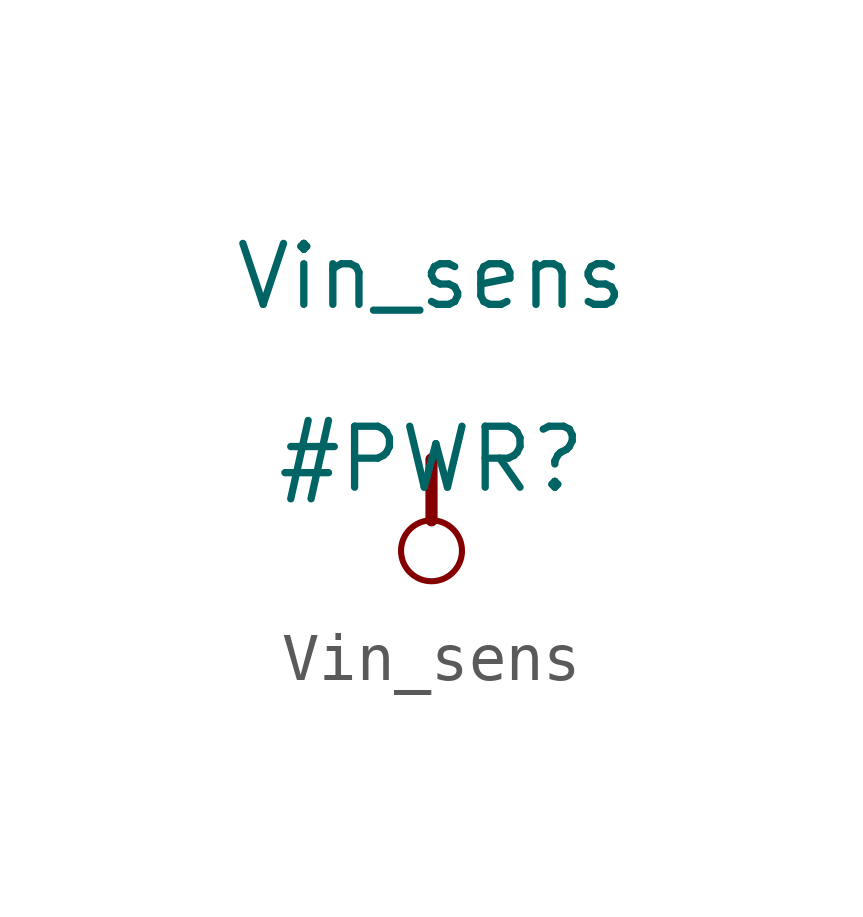
<source format=kicad_sym>
(kicad_symbol_lib
  (version 20211014)
  (generator kicad_symbol_editor)
  (symbol "Vin_sens"
    (power)
    (property "Reference" "#PWR"
      (at 0 0 0)
      (effects (font (size 1.27 1.27))))
    (property "Value" "Vin_sens"
      (at 0 3.81 0)
      (effects (font (size 1.27 1.27))))
    (symbol "Vin_sens_0_0"
      (circle (center 0 -1.905) (radius 0.635) (stroke (width 0.127) (type default) (color 0 0 0 0)) (fill (type none)))
      (polyline (pts (xy 0 0) (xy 0 -1.27)) (stroke (width 0.254) (type default) (color 0 0 0 0)) (fill (type none)))
      (pin power_in line (at 0 0 0) (length 0) hide (name "Vin_sens" (effects (font (size 1.27 1.27)))) (number "" (effects (font (size 1.27 1.27))))))))
</source>
